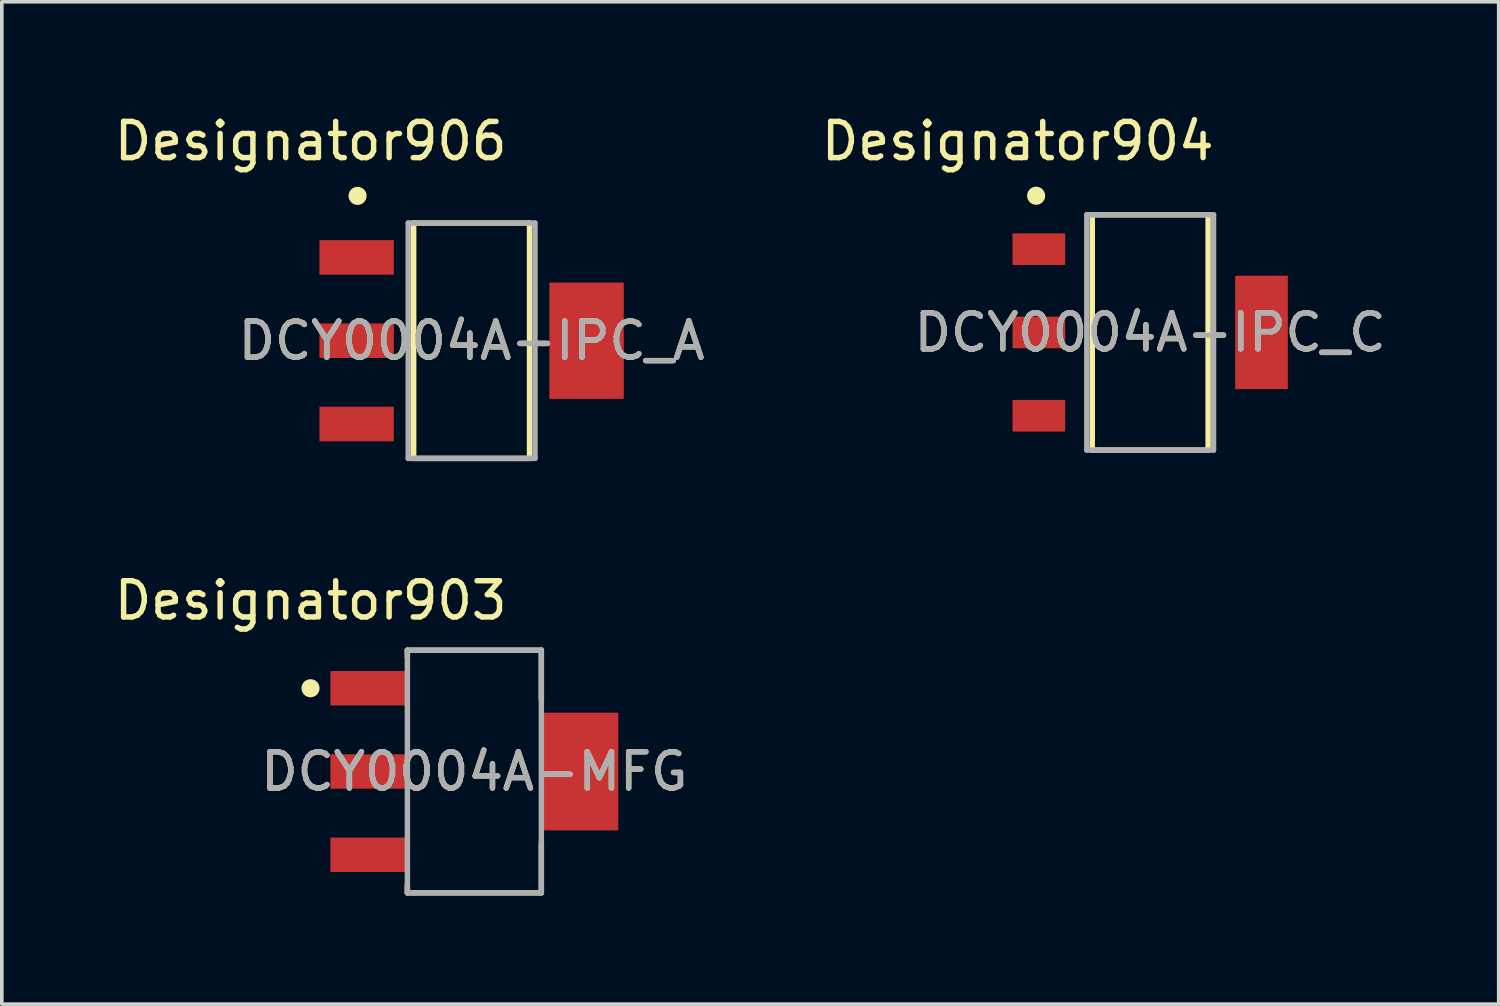
<source format=kicad_pcb>
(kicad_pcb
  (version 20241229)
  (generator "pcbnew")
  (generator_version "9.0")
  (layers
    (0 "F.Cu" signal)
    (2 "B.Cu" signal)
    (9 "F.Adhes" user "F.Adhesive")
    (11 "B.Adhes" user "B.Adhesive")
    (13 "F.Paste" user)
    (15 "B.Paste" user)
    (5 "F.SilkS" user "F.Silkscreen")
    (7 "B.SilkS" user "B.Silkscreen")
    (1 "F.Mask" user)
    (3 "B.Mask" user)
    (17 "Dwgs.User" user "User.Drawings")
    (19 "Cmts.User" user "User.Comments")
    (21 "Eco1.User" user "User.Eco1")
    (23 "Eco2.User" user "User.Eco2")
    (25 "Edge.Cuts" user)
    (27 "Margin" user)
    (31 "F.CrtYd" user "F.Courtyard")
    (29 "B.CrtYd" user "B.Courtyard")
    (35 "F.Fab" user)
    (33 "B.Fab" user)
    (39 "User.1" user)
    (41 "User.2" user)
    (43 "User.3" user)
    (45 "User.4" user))
  (footprint "DCY0004A-IPC_A"
    (layer "F.Cu")
    (at 9.975 6.36)
    (property "Reference" "DCY0004A-IPC_A" (at 0 0 0) (unlocked yes) (layer "F.SilkS") (effects (font (size 1 1) (thickness 0.15))))
    (attr smd)
    (fp_line (start -1.6 -3.25) (end 1.6 -3.25) (stroke (width 0.15) (type solid)) (layer "F.SilkS"))
    (fp_line (start -1.6 3.25) (end -1.6 -3.25) (stroke (width 0.15) (type solid)) (layer "F.SilkS"))
    (fp_line (start -1.6 3.25) (end 1.6 3.25) (stroke (width 0.15) (type solid)) (layer "F.SilkS"))
    (fp_line (start 1.6 3.25) (end 1.6 -3.25) (stroke (width 0.15) (type solid)) (layer "F.SilkS"))
    (fp_circle (center -3.15 -4) (end -3.025 -4) (stroke (width 0.25) (type solid)) (fill no) (layer "F.SilkS"))
    (fp_line (start -1.75 -3.25) (end 1.75 -3.25) (stroke (width 0.15) (type solid)) (layer "F.Fab"))
    (fp_line (start -1.75 3.25) (end -1.75 -3.25) (stroke (width 0.15) (type solid)) (layer "F.Fab"))
    (fp_line (start -1.75 3.25) (end 1.75 3.25) (stroke (width 0.15) (type solid)) (layer "F.Fab"))
    (fp_line (start 1.75 3.25) (end 1.75 -3.25) (stroke (width 0.15) (type solid)) (layer "F.Fab"))
    (fp_text user "Designator906" (at -4.445 -5.512 0) (unlocked yes) (layer "F.SilkS") (effects (font (size 1 1) (thickness 0.15))))
    (fp_text user "${REFERENCE}" (at 0 0 0) (unlocked yes) (layer "F.Fab") (effects (font (size 1 1) (thickness 0.15))))
    (pad "1" smd rect (at -3.175 -2.3) (size 2.054 0.953) (layers "F.Cu" "F.Mask" "F.Paste"))
    (pad "2" smd rect (at -3.175 0) (size 2.054 0.953) (layers "F.Cu" "F.Mask" "F.Paste"))
    (pad "3" smd rect (at -3.175 2.3) (size 2.054 0.953) (layers "F.Cu" "F.Mask" "F.Paste"))
    (pad "4" smd rect (at 3.175 0) (size 2.054 3.212) (layers "F.Cu" "F.Mask" "F.Paste")))
  (footprint "DCY0004A-MFG"
    (layer "F.Cu")
    (at 10.051 18.258)
    (property "Reference" "DCY0004A-MFG" (at 0 0 0) (unlocked yes) (layer "F.SilkS") (effects (font (size 1 1) (thickness 0.15))))
    (attr smd)
    (fp_line (start -1.85 -3.35) (end 1.85 -3.35) (stroke (width 0.15) (type solid)) (layer "F.SilkS"))
    (fp_line (start -1.85 -3.15) (end -1.85 -3.35) (stroke (width 0.15) (type solid)) (layer "F.SilkS"))
    (fp_line (start -1.85 3.35) (end -1.85 3.15) (stroke (width 0.15) (type solid)) (layer "F.SilkS"))
    (fp_line (start -1.85 3.35) (end 1.85 3.35) (stroke (width 0.15) (type solid)) (layer "F.SilkS"))
    (fp_line (start 1.85 -2) (end 1.85 -3.35) (stroke (width 0.15) (type solid)) (layer "F.SilkS"))
    (fp_line (start 1.85 3.35) (end 1.85 2) (stroke (width 0.15) (type solid)) (layer "F.SilkS"))
    (fp_circle (center -4.525 -2.3) (end -4.4 -2.3) (stroke (width 0.25) (type solid)) (fill no) (layer "F.SilkS"))
    (fp_line (start -1.85 -3.35) (end 1.85 -3.35) (stroke (width 0.15) (type solid)) (layer "F.Fab"))
    (fp_line (start -1.85 3.35) (end -1.85 -3.35) (stroke (width 0.15) (type solid)) (layer "F.Fab"))
    (fp_line (start -1.85 3.35) (end 1.85 3.35) (stroke (width 0.15) (type solid)) (layer "F.Fab"))
    (fp_line (start 1.85 3.35) (end 1.85 -3.35) (stroke (width 0.15) (type solid)) (layer "F.Fab"))
    (fp_text user "Designator903" (at -4.521 -4.724 0) (unlocked yes) (layer "F.SilkS") (effects (font (size 1 1) (thickness 0.15))))
    (fp_text user "${REFERENCE}" (at 0 0 0) (unlocked yes) (layer "F.Fab") (effects (font (size 1 1) (thickness 0.15))))
    (pad "1" smd rect (at -2.9 -2.3) (size 2.15 0.95) (layers "F.Cu" "F.Mask" "F.Paste"))
    (pad "2" smd rect (at -2.9 0) (size 2.15 0.95) (layers "F.Cu" "F.Mask" "F.Paste"))
    (pad "3" smd rect (at -2.9 2.3) (size 2.15 0.95) (layers "F.Cu" "F.Mask" "F.Paste"))
    (pad "4" smd rect (at 2.9 0) (size 2.15 3.25) (layers "F.Cu" "F.Mask" "F.Paste")))
  (footprint "DCY0004A-IPC_C"
    (layer "F.Cu")
    (at 28.716 6.131)
    (property "Reference" "DCY0004A-IPC_C" (at 0 0 0) (unlocked yes) (layer "F.SilkS") (effects (font (size 1 1) (thickness 0.15))))
    (attr smd)
    (fp_line (start -1.6 -3.25) (end 1.6 -3.25) (stroke (width 0.15) (type solid)) (layer "F.SilkS"))
    (fp_line (start -1.6 3.25) (end -1.6 -3.25) (stroke (width 0.15) (type solid)) (layer "F.SilkS"))
    (fp_line (start -1.6 3.25) (end 1.6 3.25) (stroke (width 0.15) (type solid)) (layer "F.SilkS"))
    (fp_line (start 1.6 3.25) (end 1.6 -3.25) (stroke (width 0.15) (type solid)) (layer "F.SilkS"))
    (fp_circle (center -3.15 -3.775) (end -3.025 -3.775) (stroke (width 0.25) (type solid)) (fill no) (layer "F.SilkS"))
    (fp_line (start -1.75 -3.25) (end 1.75 -3.25) (stroke (width 0.15) (type solid)) (layer "F.Fab"))
    (fp_line (start -1.75 3.25) (end -1.75 -3.25) (stroke (width 0.15) (type solid)) (layer "F.Fab"))
    (fp_line (start -1.75 3.25) (end 1.75 3.25) (stroke (width 0.15) (type solid)) (layer "F.Fab"))
    (fp_line (start 1.75 3.25) (end 1.75 -3.25) (stroke (width 0.15) (type solid)) (layer "F.Fab"))
    (fp_text user "Designator904" (at -3.658 -5.283 0) (unlocked yes) (layer "F.SilkS") (effects (font (size 1 1) (thickness 0.15))))
    (fp_text user "${REFERENCE}" (at 0 0 0) (unlocked yes) (layer "F.Fab") (effects (font (size 1 1) (thickness 0.15))))
    (pad "1" smd rect (at -3.075 -2.3) (size 1.454 0.873) (layers "F.Cu" "F.Mask" "F.Paste"))
    (pad "2" smd rect (at -3.075 0) (size 1.454 0.873) (layers "F.Cu" "F.Mask" "F.Paste"))
    (pad "3" smd rect (at -3.075 2.3) (size 1.454 0.873) (layers "F.Cu" "F.Mask" "F.Paste"))
    (pad "4" smd rect (at 3.075 0) (size 1.454 3.132) (layers "F.Cu" "F.Mask" "F.Paste")))
  (gr_rect
    (start -3 -3)
    (end 38.341 24.683)
    (stroke (width 0.1) (type default))
    (fill no)
    (layer "Edge.Cuts")))
</source>
